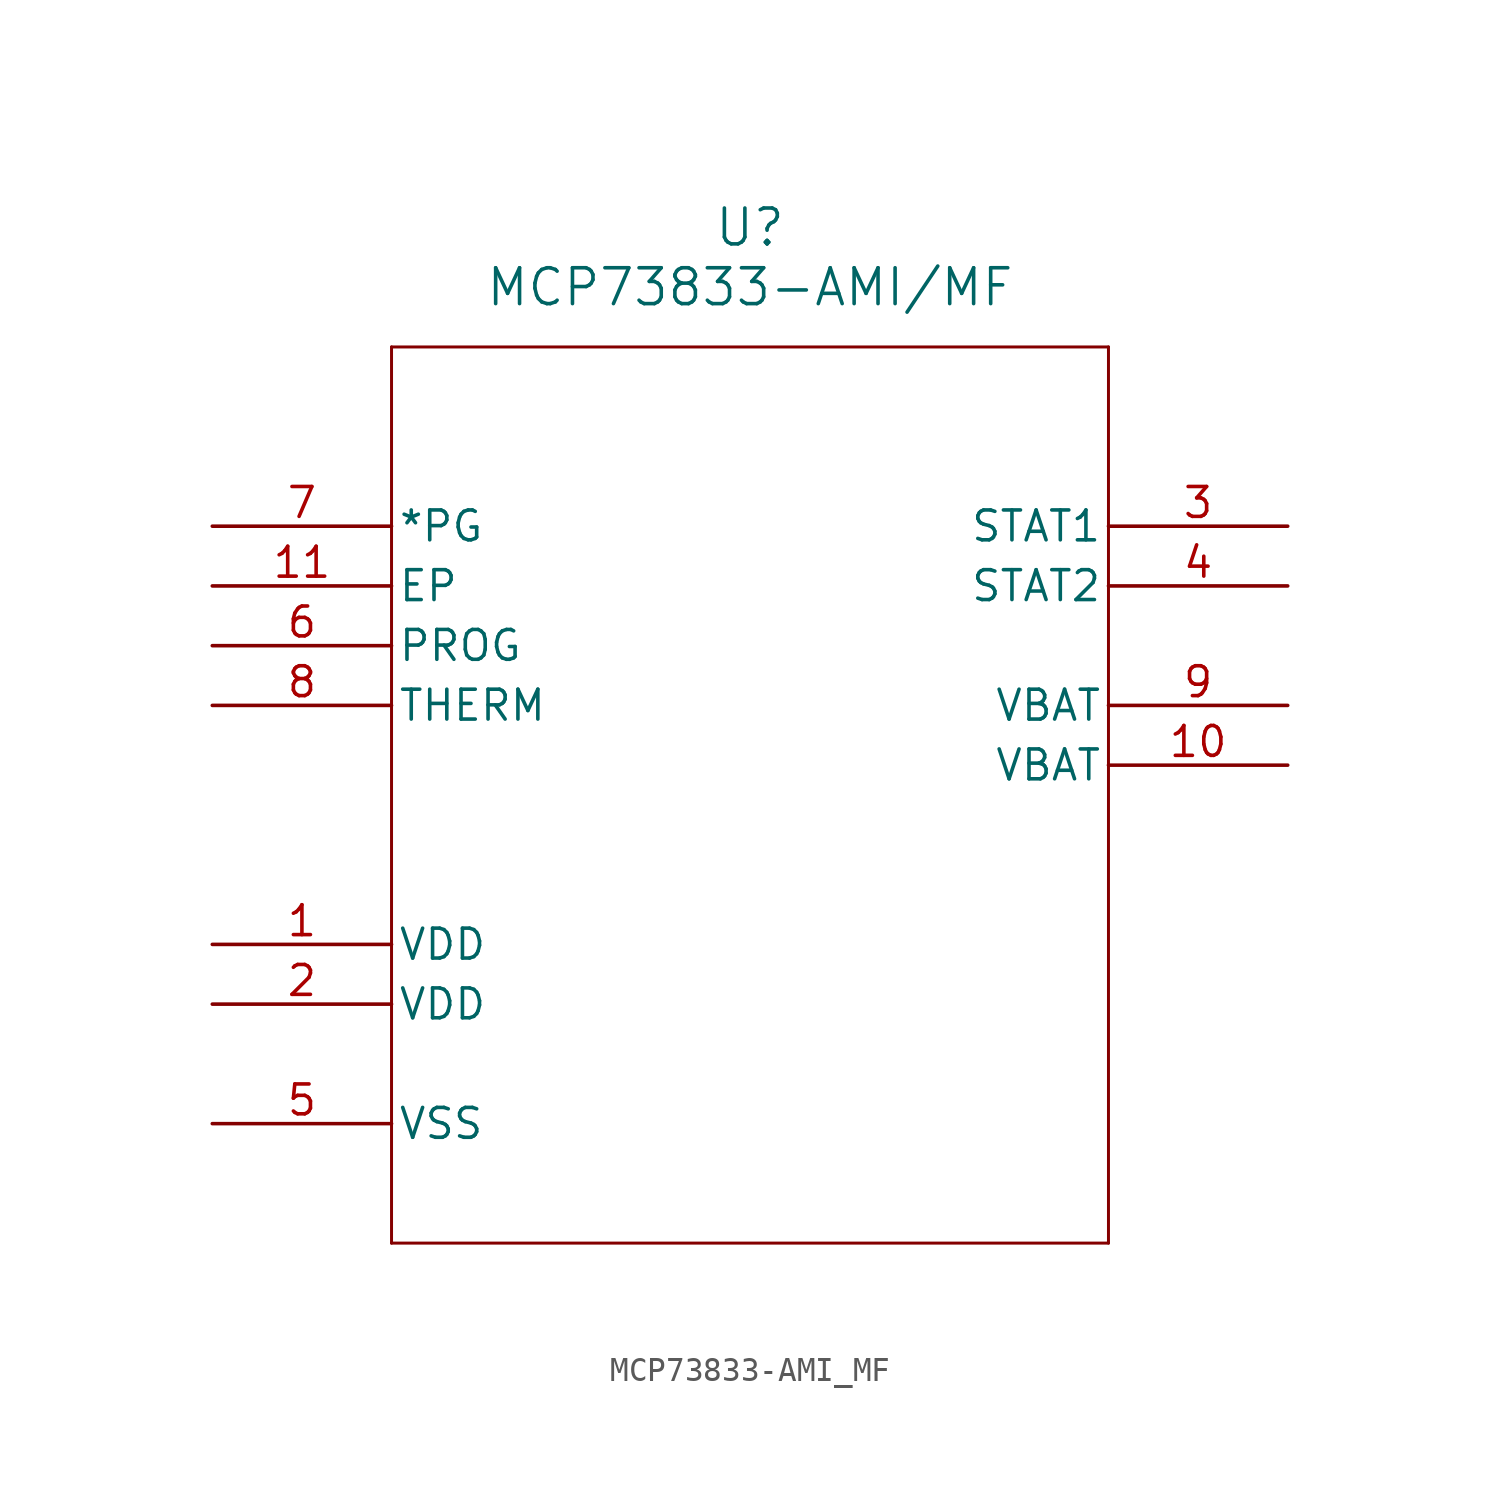
<source format=kicad_sym>
(kicad_symbol_lib
  (version 20211014)
  (generator kicad_symbol_editor)
  (symbol "MCP73833-AMI_MF"
    (pin_names
      (offset 0.254))
    (property "Reference" "U"
      (at 22.86 12.7 0)
      (effects (font (size 1.524 1.524))))
    (property "Value" "MCP73833-AMI/MF"
      (at 22.86 10.16 0)
      (effects (font (size 1.524 1.524))))
    (symbol "MCP73833-AMI_MF_0_1"
      (polyline (pts (xy 7.62 7.62) (xy 7.62 -30.48)) (stroke (width 0.127) (type default) (color 0 0 0 0)) (fill (type none)))
      (polyline (pts (xy 7.62 -30.48) (xy 38.1 -30.48)) (stroke (width 0.127) (type default) (color 0 0 0 0)) (fill (type none)))
      (polyline (pts (xy 38.1 -30.48) (xy 38.1 7.62)) (stroke (width 0.127) (type default) (color 0 0 0 0)) (fill (type none)))
      (polyline (pts (xy 38.1 7.62) (xy 7.62 7.62)) (stroke (width 0.127) (type default) (color 0 0 0 0)) (fill (type none)))
      (pin unspecified line (at 0 -17.78 0) (length 7.62) (name "VDD" (effects (font (size 1.27 1.27)))) (number "1" (effects (font (size 1.27 1.27)))))
      (pin unspecified line (at 0 -20.32 0) (length 7.62) (name "VDD" (effects (font (size 1.27 1.27)))) (number "2" (effects (font (size 1.27 1.27)))))
      (pin unspecified line (at 45.72 0 180) (length 7.62) (name "STAT1" (effects (font (size 1.27 1.27)))) (number "3" (effects (font (size 1.27 1.27)))))
      (pin unspecified line (at 45.72 -2.54 180) (length 7.62) (name "STAT2" (effects (font (size 1.27 1.27)))) (number "4" (effects (font (size 1.27 1.27)))))
      (pin unspecified line (at 0 -25.4 0) (length 7.62) (name "VSS" (effects (font (size 1.27 1.27)))) (number "5" (effects (font (size 1.27 1.27)))))
      (pin unspecified line (at 0 -5.08 0) (length 7.62) (name "PROG" (effects (font (size 1.27 1.27)))) (number "6" (effects (font (size 1.27 1.27)))))
      (pin unspecified line (at 0 0 0) (length 7.62) (name "*PG" (effects (font (size 1.27 1.27)))) (number "7" (effects (font (size 1.27 1.27)))))
      (pin unspecified line (at 0 -7.62 0) (length 7.62) (name "THERM" (effects (font (size 1.27 1.27)))) (number "8" (effects (font (size 1.27 1.27)))))
      (pin unspecified line (at 45.72 -7.62 180) (length 7.62) (name "VBAT" (effects (font (size 1.27 1.27)))) (number "9" (effects (font (size 1.27 1.27)))))
      (pin unspecified line (at 45.72 -10.16 180) (length 7.62) (name "VBAT" (effects (font (size 1.27 1.27)))) (number "10" (effects (font (size 1.27 1.27)))))
      (pin unspecified line (at 0 -2.54 0) (length 7.62) (name "EP" (effects (font (size 1.27 1.27)))) (number "11" (effects (font (size 1.27 1.27))))))))
</source>
